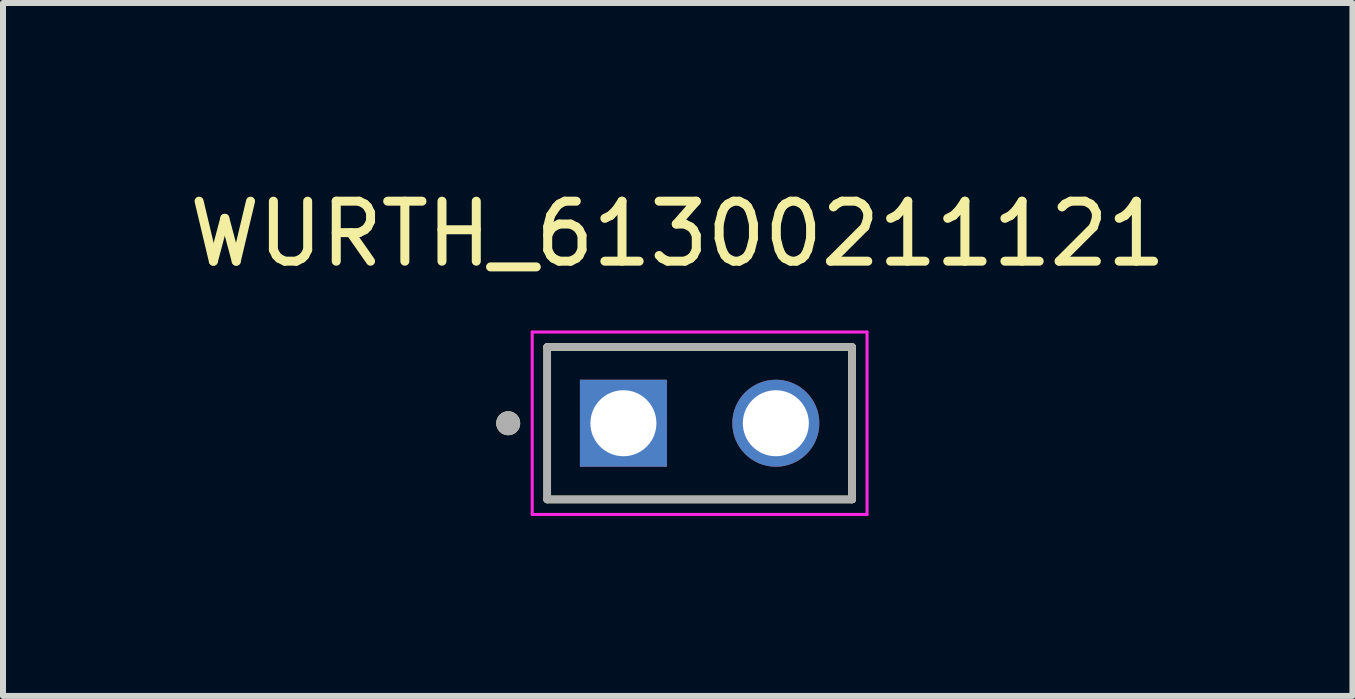
<source format=kicad_pcb>
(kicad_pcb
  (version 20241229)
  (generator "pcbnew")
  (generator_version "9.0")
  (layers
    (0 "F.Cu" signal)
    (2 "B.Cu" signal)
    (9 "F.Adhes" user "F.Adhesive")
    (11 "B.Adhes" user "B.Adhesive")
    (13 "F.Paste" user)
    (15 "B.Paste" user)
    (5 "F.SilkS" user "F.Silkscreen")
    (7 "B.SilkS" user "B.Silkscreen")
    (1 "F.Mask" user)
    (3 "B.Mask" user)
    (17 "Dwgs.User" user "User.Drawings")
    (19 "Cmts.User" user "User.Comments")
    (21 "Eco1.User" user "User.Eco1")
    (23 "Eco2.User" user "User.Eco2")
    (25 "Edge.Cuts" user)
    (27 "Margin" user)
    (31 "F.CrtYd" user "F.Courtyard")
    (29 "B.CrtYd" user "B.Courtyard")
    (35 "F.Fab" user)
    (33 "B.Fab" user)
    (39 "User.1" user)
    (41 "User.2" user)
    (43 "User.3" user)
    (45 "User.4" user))
  (footprint "WURTH_61300211121"
    (layer "F.Cu")
    (at 8.609 4.003)
    (property "Reference" "WURTH_61300211121" (at -0.365 -3.155 0) (layer "F.SilkS") (effects (font (size 1 1) (thickness 0.15))))
    (attr through_hole)
    (fp_line (start -2.54 1.27) (end -2.54 -1.27) (stroke (width 0.127) (type solid)) (layer "F.SilkS"))
    (fp_line (start 2.54 -1.27) (end -2.54 -1.27) (stroke (width 0.127) (type solid)) (layer "F.SilkS"))
    (fp_line (start 2.54 -1.27) (end 2.54 1.27) (stroke (width 0.127) (type solid)) (layer "F.SilkS"))
    (fp_line (start 2.54 1.27) (end -2.54 1.27) (stroke (width 0.127) (type solid)) (layer "F.SilkS"))
    (fp_circle (center -3.19 0) (end -3.09 0) (stroke (width 0.2) (type solid)) (fill no) (layer "F.SilkS"))
    (fp_line (start -2.79 -1.52) (end 2.79 -1.52) (stroke (width 0.05) (type solid)) (layer "F.CrtYd"))
    (fp_line (start -2.79 1.52) (end -2.79 -1.52) (stroke (width 0.05) (type solid)) (layer "F.CrtYd"))
    (fp_line (start 2.79 -1.52) (end 2.79 1.52) (stroke (width 0.05) (type solid)) (layer "F.CrtYd"))
    (fp_line (start 2.79 1.52) (end -2.79 1.52) (stroke (width 0.05) (type solid)) (layer "F.CrtYd"))
    (fp_line (start -2.54 -1.27) (end 2.54 -1.27) (stroke (width 0.127) (type solid)) (layer "F.Fab"))
    (fp_line (start -2.54 1.27) (end -2.54 -1.27) (stroke (width 0.127) (type solid)) (layer "F.Fab"))
    (fp_line (start 2.54 -1.27) (end 2.54 1.27) (stroke (width 0.127) (type solid)) (layer "F.Fab"))
    (fp_line (start 2.54 1.27) (end -2.54 1.27) (stroke (width 0.127) (type solid)) (layer "F.Fab"))
    (fp_circle (center -3.19 0) (end -3.09 0) (stroke (width 0.2) (type solid)) (fill no) (layer "F.Fab"))
    (pad "01" thru_hole rect (at -1.27 0) (size 1.45 1.45) (drill 1.1) (layers "*.Cu" "*.Mask"))
    (pad "02" thru_hole circle (at 1.27 0) (size 1.45 1.45) (drill 1.1) (layers "*.Cu" "*.Mask")))
  (gr_rect
    (start -3 -3)
    (end 19.488 8.548)
    (stroke (width 0.1) (type default))
    (fill no)
    (layer "Edge.Cuts")))
</source>
